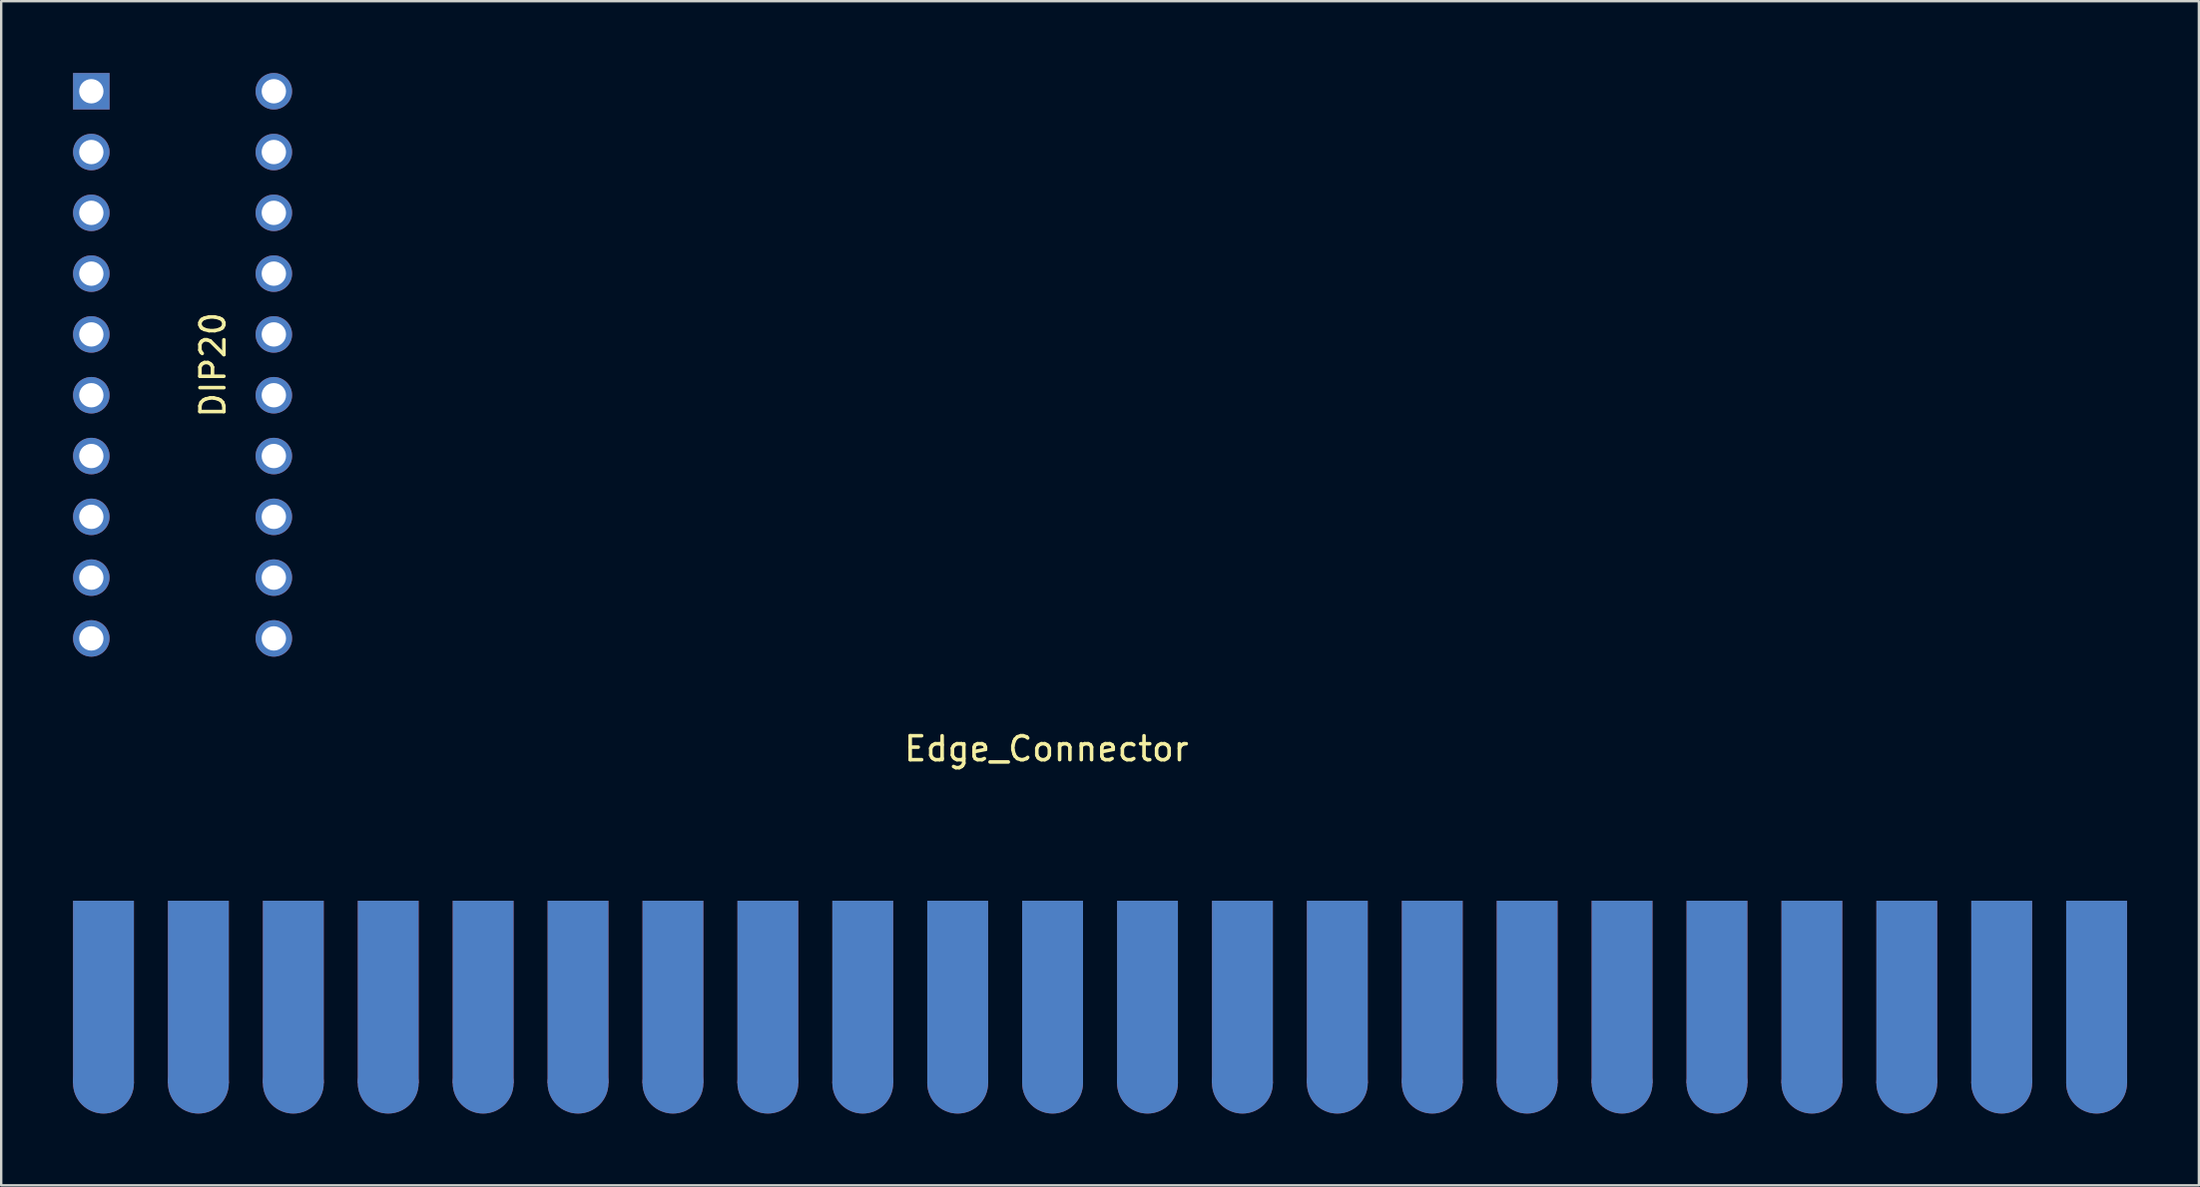
<source format=kicad_pcb>
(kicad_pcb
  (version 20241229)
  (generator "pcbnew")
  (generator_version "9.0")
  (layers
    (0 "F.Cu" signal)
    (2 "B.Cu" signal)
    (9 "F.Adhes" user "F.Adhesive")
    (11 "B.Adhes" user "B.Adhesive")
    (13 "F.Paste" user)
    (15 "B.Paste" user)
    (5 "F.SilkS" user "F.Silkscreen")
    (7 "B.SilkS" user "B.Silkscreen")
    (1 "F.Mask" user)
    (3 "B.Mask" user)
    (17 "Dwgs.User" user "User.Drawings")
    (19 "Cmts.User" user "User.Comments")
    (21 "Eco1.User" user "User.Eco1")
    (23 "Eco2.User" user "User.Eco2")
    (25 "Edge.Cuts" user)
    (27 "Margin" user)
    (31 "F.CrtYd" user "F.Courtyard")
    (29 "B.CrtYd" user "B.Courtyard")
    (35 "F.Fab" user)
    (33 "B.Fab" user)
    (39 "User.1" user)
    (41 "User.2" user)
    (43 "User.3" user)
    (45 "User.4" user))
  (footprint "Edge_Connector"
    (layer "F.Cu")
    (at 40.64 38.392)
    (property "Reference" "Edge_Connector" (at 0 -10.16 0) (layer "F.SilkS") (effects (font (size 1 1) (thickness 0.15))))
    (attr through_hole)
    (pad "" smd circle (at -39.37 3.81) (size 2.54 2.54) (layers "F.Cu" "F.Mask" "F.Paste"))
    (pad "" smd circle (at -39.37 3.81) (size 2.54 2.54) (layers "F.Mask" "B.Cu" "F.Paste"))
    (pad "" smd circle (at -35.408 3.81) (size 2.54 2.54) (layers "F.Cu" "F.Mask" "F.Paste"))
    (pad "" smd circle (at -35.408 3.81) (size 2.54 2.54) (layers "F.Mask" "B.Cu" "F.Paste"))
    (pad "" smd circle (at -31.445 3.81) (size 2.54 2.54) (layers "F.Cu" "F.Mask" "F.Paste"))
    (pad "" smd circle (at -31.445 3.81) (size 2.54 2.54) (layers "F.Mask" "B.Cu" "F.Paste"))
    (pad "" smd circle (at -27.483 3.81) (size 2.54 2.54) (layers "F.Cu" "F.Mask" "F.Paste"))
    (pad "" smd circle (at -27.483 3.81) (size 2.54 2.54) (layers "F.Mask" "B.Cu" "F.Paste"))
    (pad "" smd circle (at -23.52 3.81) (size 2.54 2.54) (layers "F.Cu" "F.Mask" "F.Paste"))
    (pad "" smd circle (at -23.52 3.81) (size 2.54 2.54) (layers "F.Mask" "B.Cu" "F.Paste"))
    (pad "" smd circle (at -19.558 3.81) (size 2.54 2.54) (layers "F.Cu" "F.Mask" "F.Paste"))
    (pad "" smd circle (at -19.558 3.81) (size 2.54 2.54) (layers "F.Mask" "B.Cu" "F.Paste"))
    (pad "" smd circle (at -15.596 3.81) (size 2.54 2.54) (layers "F.Cu" "F.Mask" "F.Paste"))
    (pad "" smd circle (at -15.596 3.81) (size 2.54 2.54) (layers "F.Mask" "B.Cu" "F.Paste"))
    (pad "" smd circle (at -11.633 3.81) (size 2.54 2.54) (layers "F.Cu" "F.Mask" "F.Paste"))
    (pad "" smd circle (at -11.633 3.81) (size 2.54 2.54) (layers "F.Mask" "B.Cu" "F.Paste"))
    (pad "" smd circle (at -7.671 3.81) (size 2.54 2.54) (layers "F.Cu" "F.Mask" "F.Paste"))
    (pad "" smd circle (at -7.671 3.81) (size 2.54 2.54) (layers "F.Mask" "B.Cu" "F.Paste"))
    (pad "" smd circle (at -3.708 3.81) (size 2.54 2.54) (layers "F.Cu" "F.Mask" "F.Paste"))
    (pad "" smd circle (at -3.708 3.81) (size 2.54 2.54) (layers "F.Mask" "B.Cu" "F.Paste"))
    (pad "" smd circle (at 0.254 3.81) (size 2.54 2.54) (layers "F.Cu" "F.Mask" "F.Paste"))
    (pad "" smd circle (at 0.254 3.81) (size 2.54 2.54) (layers "F.Mask" "B.Cu" "F.Paste"))
    (pad "" smd circle (at 4.216 3.81) (size 2.54 2.54) (layers "F.Cu" "F.Mask" "F.Paste"))
    (pad "" smd circle (at 4.216 3.81) (size 2.54 2.54) (layers "F.Mask" "B.Cu" "F.Paste"))
    (pad "" smd circle (at 8.179 3.81) (size 2.54 2.54) (layers "F.Cu" "F.Mask" "F.Paste"))
    (pad "" smd circle (at 8.179 3.81) (size 2.54 2.54) (layers "F.Mask" "B.Cu" "F.Paste"))
    (pad "" smd circle (at 12.141 3.81) (size 2.54 2.54) (layers "F.Cu" "F.Mask" "F.Paste"))
    (pad "" smd circle (at 12.141 3.81) (size 2.54 2.54) (layers "F.Mask" "B.Cu" "F.Paste"))
    (pad "" smd circle (at 16.104 3.81) (size 2.54 2.54) (layers "F.Cu" "F.Mask" "F.Paste"))
    (pad "" smd circle (at 16.104 3.81) (size 2.54 2.54) (layers "F.Mask" "B.Cu" "F.Paste"))
    (pad "" smd circle (at 20.066 3.81) (size 2.54 2.54) (layers "F.Cu" "F.Mask" "F.Paste"))
    (pad "" smd circle (at 20.066 3.81) (size 2.54 2.54) (layers "F.Mask" "B.Cu" "F.Paste"))
    (pad "" smd circle (at 24.028 3.81) (size 2.54 2.54) (layers "F.Cu" "F.Mask" "F.Paste"))
    (pad "" smd circle (at 24.028 3.81) (size 2.54 2.54) (layers "F.Mask" "B.Cu" "F.Paste"))
    (pad "" smd circle (at 27.991 3.81) (size 2.54 2.54) (layers "F.Cu" "F.Mask" "F.Paste"))
    (pad "" smd circle (at 27.991 3.81) (size 2.54 2.54) (layers "F.Mask" "B.Cu" "F.Paste"))
    (pad "" smd circle (at 31.953 3.81) (size 2.54 2.54) (layers "F.Cu" "F.Mask" "F.Paste"))
    (pad "" smd circle (at 31.953 3.81) (size 2.54 2.54) (layers "F.Mask" "B.Cu" "F.Paste"))
    (pad "" smd circle (at 35.916 3.81) (size 2.54 2.54) (layers "F.Cu" "F.Mask" "F.Paste"))
    (pad "" smd circle (at 35.916 3.81) (size 2.54 2.54) (layers "F.Mask" "B.Cu" "F.Paste"))
    (pad "" smd circle (at 39.878 3.81) (size 2.54 2.54) (layers "F.Cu" "F.Mask" "F.Paste"))
    (pad "" smd circle (at 39.878 3.81) (size 2.54 2.54) (layers "F.Mask" "B.Cu" "F.Paste"))
    (pad "" smd circle (at 43.84 3.81) (size 2.54 2.54) (layers "F.Cu" "F.Mask" "F.Paste"))
    (pad "" smd circle (at 43.84 3.81) (size 2.54 2.54) (layers "F.Mask" "B.Cu" "F.Paste"))
    (pad "1" smd rect (at -39.37 0) (size 2.54 7.62) (layers "F.Mask" "B.Cu" "F.Paste"))
    (pad "2" smd rect (at -35.408 0) (size 2.54 7.62) (layers "F.Mask" "B.Cu" "F.Paste"))
    (pad "3" smd rect (at -31.445 0) (size 2.54 7.62) (layers "F.Mask" "B.Cu" "F.Paste"))
    (pad "4" smd rect (at -27.483 0) (size 2.54 7.62) (layers "F.Mask" "B.Cu" "F.Paste"))
    (pad "5" smd rect (at -23.52 0) (size 2.54 7.62) (layers "F.Mask" "B.Cu" "F.Paste"))
    (pad "6" smd rect (at -19.558 0) (size 2.54 7.62) (layers "F.Mask" "B.Cu" "F.Paste"))
    (pad "7" smd rect (at -15.596 0) (size 2.54 7.62) (layers "F.Mask" "B.Cu" "F.Paste"))
    (pad "8" smd rect (at -11.633 0) (size 2.54 7.62) (layers "F.Mask" "B.Cu" "F.Paste"))
    (pad "9" smd rect (at -7.671 0) (size 2.54 7.62) (layers "F.Mask" "B.Cu" "F.Paste"))
    (pad "10" smd rect (at -3.708 0) (size 2.54 7.62) (layers "F.Mask" "B.Cu" "F.Paste"))
    (pad "11" smd rect (at 0.254 0) (size 2.54 7.62) (layers "F.Mask" "B.Cu" "F.Paste"))
    (pad "12" smd rect (at 4.216 0) (size 2.54 7.62) (layers "F.Mask" "B.Cu" "F.Paste"))
    (pad "13" smd rect (at 8.179 0) (size 2.54 7.62) (layers "F.Mask" "B.Cu" "F.Paste"))
    (pad "14" smd rect (at 12.141 0) (size 2.54 7.62) (layers "F.Mask" "B.Cu" "F.Paste"))
    (pad "15" smd rect (at 16.104 0) (size 2.54 7.62) (layers "F.Mask" "B.Cu" "F.Paste"))
    (pad "16" smd rect (at 20.066 0) (size 2.54 7.62) (layers "F.Mask" "B.Cu" "F.Paste"))
    (pad "17" smd rect (at 24.028 0) (size 2.54 7.62) (layers "F.Mask" "B.Cu" "F.Paste"))
    (pad "18" smd rect (at 27.991 0) (size 2.54 7.62) (layers "F.Mask" "B.Cu" "F.Paste"))
    (pad "19" smd rect (at 31.953 0) (size 2.54 7.62) (layers "F.Mask" "B.Cu" "F.Paste"))
    (pad "20" smd rect (at 35.916 0) (size 2.54 7.62) (layers "F.Mask" "B.Cu" "F.Paste"))
    (pad "21" smd rect (at 39.878 0) (size 2.54 7.62) (layers "F.Mask" "B.Cu" "F.Paste"))
    (pad "22" smd rect (at 43.84 0) (size 2.54 7.62) (layers "F.Mask" "B.Cu" "F.Paste"))
    (pad "A" smd rect (at -39.37 0) (size 2.54 7.62) (layers "F.Cu" "F.Mask" "F.Paste"))
    (pad "B" smd rect (at -35.408 0) (size 2.54 7.62) (layers "F.Cu" "F.Mask" "F.Paste"))
    (pad "C" smd rect (at -31.445 0) (size 2.54 7.62) (layers "F.Cu" "F.Mask" "F.Paste"))
    (pad "D" smd rect (at -27.483 0) (size 2.54 7.62) (layers "F.Cu" "F.Mask" "F.Paste"))
    (pad "E" smd rect (at -23.52 0) (size 2.54 7.62) (layers "F.Cu" "F.Mask" "F.Paste"))
    (pad "F" smd rect (at -19.558 0) (size 2.54 7.62) (layers "F.Cu" "F.Mask" "F.Paste"))
    (pad "H" smd rect (at -15.596 0) (size 2.54 7.62) (layers "F.Cu" "F.Mask" "F.Paste"))
    (pad "J" smd rect (at -11.633 0) (size 2.54 7.62) (layers "F.Cu" "F.Mask" "F.Paste"))
    (pad "K" smd rect (at -7.671 0) (size 2.54 7.62) (layers "F.Cu" "F.Mask" "F.Paste"))
    (pad "L" smd rect (at -3.708 0) (size 2.54 7.62) (layers "F.Cu" "F.Mask" "F.Paste"))
    (pad "M" smd rect (at 0.254 0) (size 2.54 7.62) (layers "F.Cu" "F.Mask" "F.Paste"))
    (pad "N" smd rect (at 4.216 0) (size 2.54 7.62) (layers "F.Cu" "F.Mask" "F.Paste"))
    (pad "P" smd rect (at 8.179 0) (size 2.54 7.62) (layers "F.Cu" "F.Mask" "F.Paste"))
    (pad "R" smd rect (at 12.141 0) (size 2.54 7.62) (layers "F.Cu" "F.Mask" "F.Paste"))
    (pad "S" smd rect (at 16.104 0) (size 2.54 7.62) (layers "F.Cu" "F.Mask" "F.Paste"))
    (pad "T" smd rect (at 20.066 0) (size 2.54 7.62) (layers "F.Cu" "F.Mask" "F.Paste"))
    (pad "U" smd rect (at 24.028 0) (size 2.54 7.62) (layers "F.Cu" "F.Mask" "F.Paste"))
    (pad "V" smd rect (at 27.991 0) (size 2.54 7.62) (layers "F.Cu" "F.Mask" "F.Paste"))
    (pad "W" smd rect (at 31.953 0) (size 2.54 7.62) (layers "F.Cu" "F.Mask" "F.Paste"))
    (pad "X" smd rect (at 35.916 0) (size 2.54 7.62) (layers "F.Cu" "F.Mask" "F.Paste"))
    (pad "Y" smd rect (at 39.878 0) (size 2.54 7.62) (layers "F.Cu" "F.Mask" "F.Paste"))
    (pad "Z" smd rect (at 43.84 0) (size 2.54 7.62) (layers "F.Cu" "F.Mask" "F.Paste")))
  (footprint "DIP20"
    (layer "F.Cu")
    (at 4.572 12.192)
    (property "Reference" "DIP20" (at 1.27 0 90) (layer "F.SilkS") (effects (font (size 1 1) (thickness 0.15))))
    (attr through_hole)
    (pad "1" thru_hole rect (at -3.81 -11.43) (size 1.524 1.524) (drill 1.016) (layers "*.Cu" "*.Mask"))
    (pad "2" thru_hole circle (at -3.81 -8.89) (size 1.524 1.524) (drill 1.016) (layers "*.Cu" "*.Mask"))
    (pad "3" thru_hole circle (at -3.81 -6.35) (size 1.524 1.524) (drill 1.016) (layers "*.Cu" "*.Mask"))
    (pad "4" thru_hole circle (at -3.81 -3.81) (size 1.524 1.524) (drill 1.016) (layers "*.Cu" "*.Mask"))
    (pad "5" thru_hole circle (at -3.81 -1.27) (size 1.524 1.524) (drill 1.016) (layers "*.Cu" "*.Mask"))
    (pad "6" thru_hole circle (at -3.81 1.27) (size 1.524 1.524) (drill 1.016) (layers "*.Cu" "*.Mask"))
    (pad "7" thru_hole circle (at -3.81 3.81) (size 1.524 1.524) (drill 1.016) (layers "*.Cu" "*.Mask"))
    (pad "8" thru_hole circle (at -3.81 6.35) (size 1.524 1.524) (drill 1.016) (layers "*.Cu" "*.Mask"))
    (pad "9" thru_hole circle (at -3.81 8.89) (size 1.524 1.524) (drill 1.016) (layers "*.Cu" "*.Mask"))
    (pad "10" thru_hole circle (at -3.81 11.43) (size 1.524 1.524) (drill 1.016) (layers "*.Cu" "*.Mask"))
    (pad "11" thru_hole circle (at 3.81 11.43) (size 1.524 1.524) (drill 1.016) (layers "*.Cu" "*.Mask"))
    (pad "12" thru_hole circle (at 3.81 8.89) (size 1.524 1.524) (drill 1.016) (layers "*.Cu" "*.Mask"))
    (pad "13" thru_hole circle (at 3.81 6.35) (size 1.524 1.524) (drill 1.016) (layers "*.Cu" "*.Mask"))
    (pad "14" thru_hole circle (at 3.81 3.81) (size 1.524 1.524) (drill 1.016) (layers "*.Cu" "*.Mask"))
    (pad "15" thru_hole circle (at 3.81 1.27) (size 1.524 1.524) (drill 1.016) (layers "*.Cu" "*.Mask"))
    (pad "16" thru_hole circle (at 3.81 -1.27) (size 1.524 1.524) (drill 1.016) (layers "*.Cu" "*.Mask"))
    (pad "17" thru_hole circle (at 3.81 -3.81) (size 1.524 1.524) (drill 1.016) (layers "*.Cu" "*.Mask"))
    (pad "18" thru_hole circle (at 3.81 -6.35) (size 1.524 1.524) (drill 1.016) (layers "*.Cu" "*.Mask"))
    (pad "19" thru_hole circle (at 3.81 -8.89) (size 1.524 1.524) (drill 1.016) (layers "*.Cu" "*.Mask"))
    (pad "20" thru_hole circle (at 3.81 -11.43) (size 1.524 1.524) (drill 1.016) (layers "*.Cu" "*.Mask")))
  (gr_rect
    (start -3 -3)
    (end 88.75 46.472)
    (stroke (width 0.1) (type default))
    (fill no)
    (layer "Edge.Cuts")))
</source>
